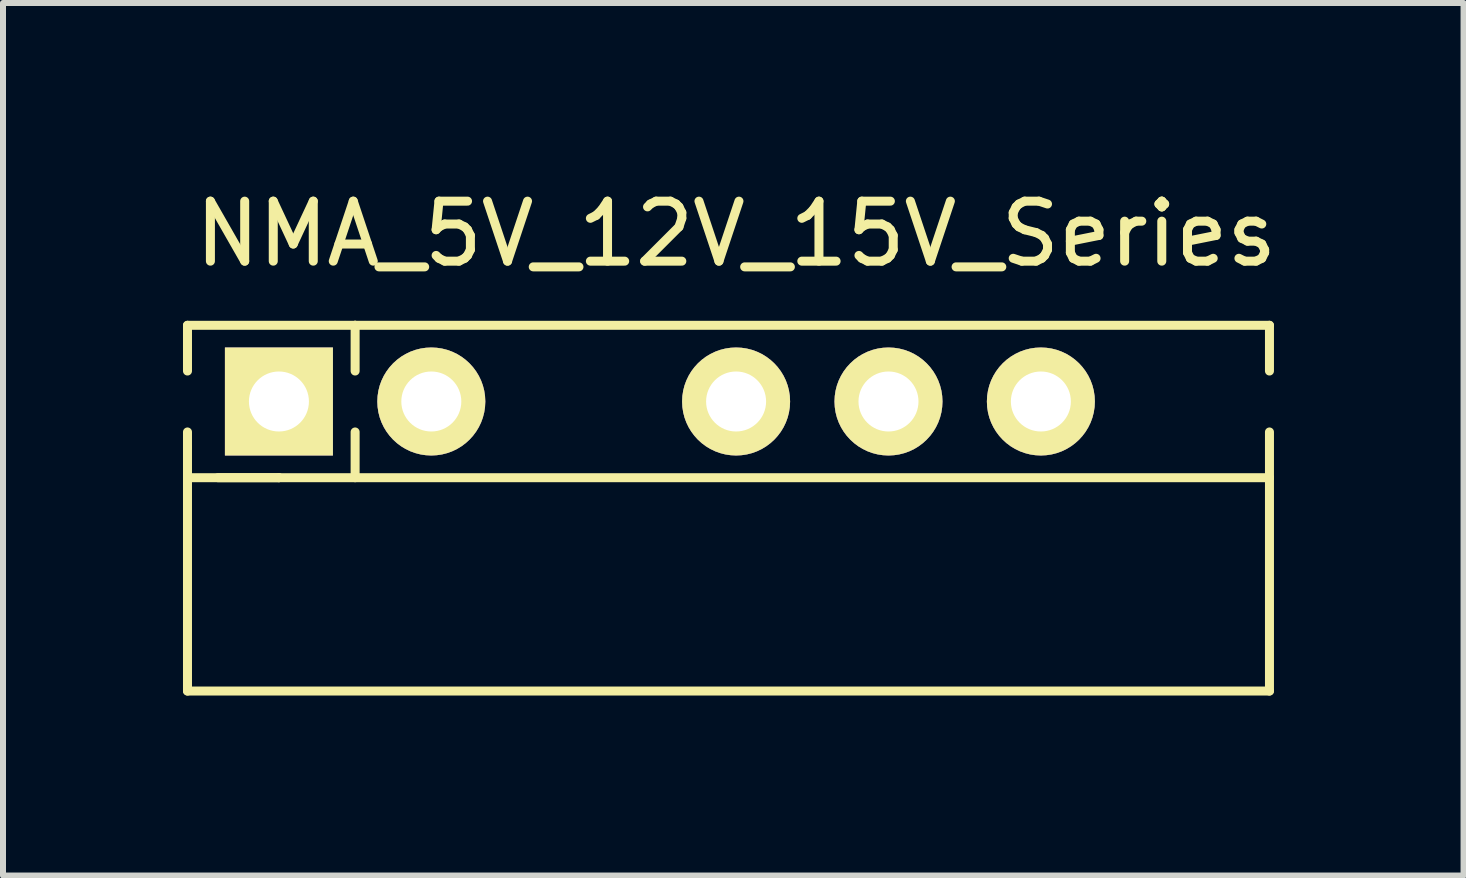
<source format=kicad_pcb>
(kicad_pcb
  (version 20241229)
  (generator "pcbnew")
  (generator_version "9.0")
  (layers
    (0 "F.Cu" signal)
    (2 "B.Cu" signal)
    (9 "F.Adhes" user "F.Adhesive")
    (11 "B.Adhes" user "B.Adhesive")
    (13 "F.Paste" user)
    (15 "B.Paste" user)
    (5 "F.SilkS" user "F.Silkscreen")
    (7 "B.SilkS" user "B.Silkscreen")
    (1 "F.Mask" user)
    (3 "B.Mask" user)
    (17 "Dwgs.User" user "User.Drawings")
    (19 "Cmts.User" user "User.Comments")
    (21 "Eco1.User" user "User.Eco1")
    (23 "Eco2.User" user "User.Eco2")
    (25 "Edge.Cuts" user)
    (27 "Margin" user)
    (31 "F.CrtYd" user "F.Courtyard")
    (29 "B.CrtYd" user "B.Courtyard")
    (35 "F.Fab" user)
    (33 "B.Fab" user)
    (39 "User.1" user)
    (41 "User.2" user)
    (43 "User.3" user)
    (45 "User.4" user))
  (footprint "NMA_5V_12V_15V_Series"
    (layer "F.Cu")
    (at 9.219 3.642)
    (property "Reference" "NMA_5V_12V_15V_Series" (at 0 -2.794 0) (layer "F.SilkS") (effects (font (size 1 1) (thickness 0.15))))
    (attr through_hole)
    (fp_line (start -9.144 -1.27) (end -6.35 -1.27) (stroke (width 0.15) (type solid)) (layer "F.SilkS"))
    (fp_line (start -9.144 -0.508) (end -9.144 -1.27) (stroke (width 0.15) (type solid)) (layer "F.SilkS"))
    (fp_line (start -9.144 0.762) (end -9.144 0.508) (stroke (width 0.15) (type solid)) (layer "F.SilkS"))
    (fp_line (start -9.144 1.27) (end -9.144 0.762) (stroke (width 0.15) (type solid)) (layer "F.SilkS"))
    (fp_line (start -9.144 1.27) (end -9.144 4.826) (stroke (width 0.15) (type solid)) (layer "F.SilkS"))
    (fp_line (start -9.144 4.826) (end 8.89 4.826) (stroke (width 0.15) (type solid)) (layer "F.SilkS"))
    (fp_line (start -7.62 1.27) (end -9.144 1.27) (stroke (width 0.15) (type solid)) (layer "F.SilkS"))
    (fp_line (start -7.62 1.27) (end -8.636 1.27) (stroke (width 0.15) (type solid)) (layer "F.SilkS"))
    (fp_line (start -6.35 -1.27) (end -6.35 -0.508) (stroke (width 0.15) (type solid)) (layer "F.SilkS"))
    (fp_line (start -6.35 -1.27) (end 8.89 -1.27) (stroke (width 0.15) (type solid)) (layer "F.SilkS"))
    (fp_line (start -6.35 1.27) (end -6.35 0.508) (stroke (width 0.15) (type solid)) (layer "F.SilkS"))
    (fp_line (start 8.89 -0.508) (end 8.89 -1.27) (stroke (width 0.15) (type solid)) (layer "F.SilkS"))
    (fp_line (start 8.89 1.27) (end -7.62 1.27) (stroke (width 0.15) (type solid)) (layer "F.SilkS"))
    (fp_line (start 8.89 1.27) (end 8.89 0.508) (stroke (width 0.15) (type solid)) (layer "F.SilkS"))
    (fp_line (start 8.89 4.826) (end 8.89 1.27) (stroke (width 0.15) (type solid)) (layer "F.SilkS"))
    (pad "1" thru_hole rect (at -7.62 0 90) (size 1.8 1.8) (drill 1) (layers "*.Cu" "*.Mask" "F.SilkS"))
    (pad "2" thru_hole circle (at -5.08 0 90) (size 1.8 1.8) (drill 1) (layers "*.Cu" "*.Mask" "F.SilkS"))
    (pad "4" thru_hole circle (at 0 0 90) (size 1.8 1.8) (drill 1) (layers "*.Cu" "*.Mask" "F.SilkS"))
    (pad "5" thru_hole circle (at 2.54 0 90) (size 1.8 1.8) (drill 1) (layers "*.Cu" "*.Mask" "F.SilkS"))
    (pad "6" thru_hole circle (at 5.08 0 90) (size 1.8 1.8) (drill 1) (layers "*.Cu" "*.Mask" "F.SilkS")))
  (gr_rect
    (start -3 -3)
    (end 21.344 11.543)
    (stroke (width 0.1) (type default))
    (fill no)
    (layer "Edge.Cuts")))
</source>
